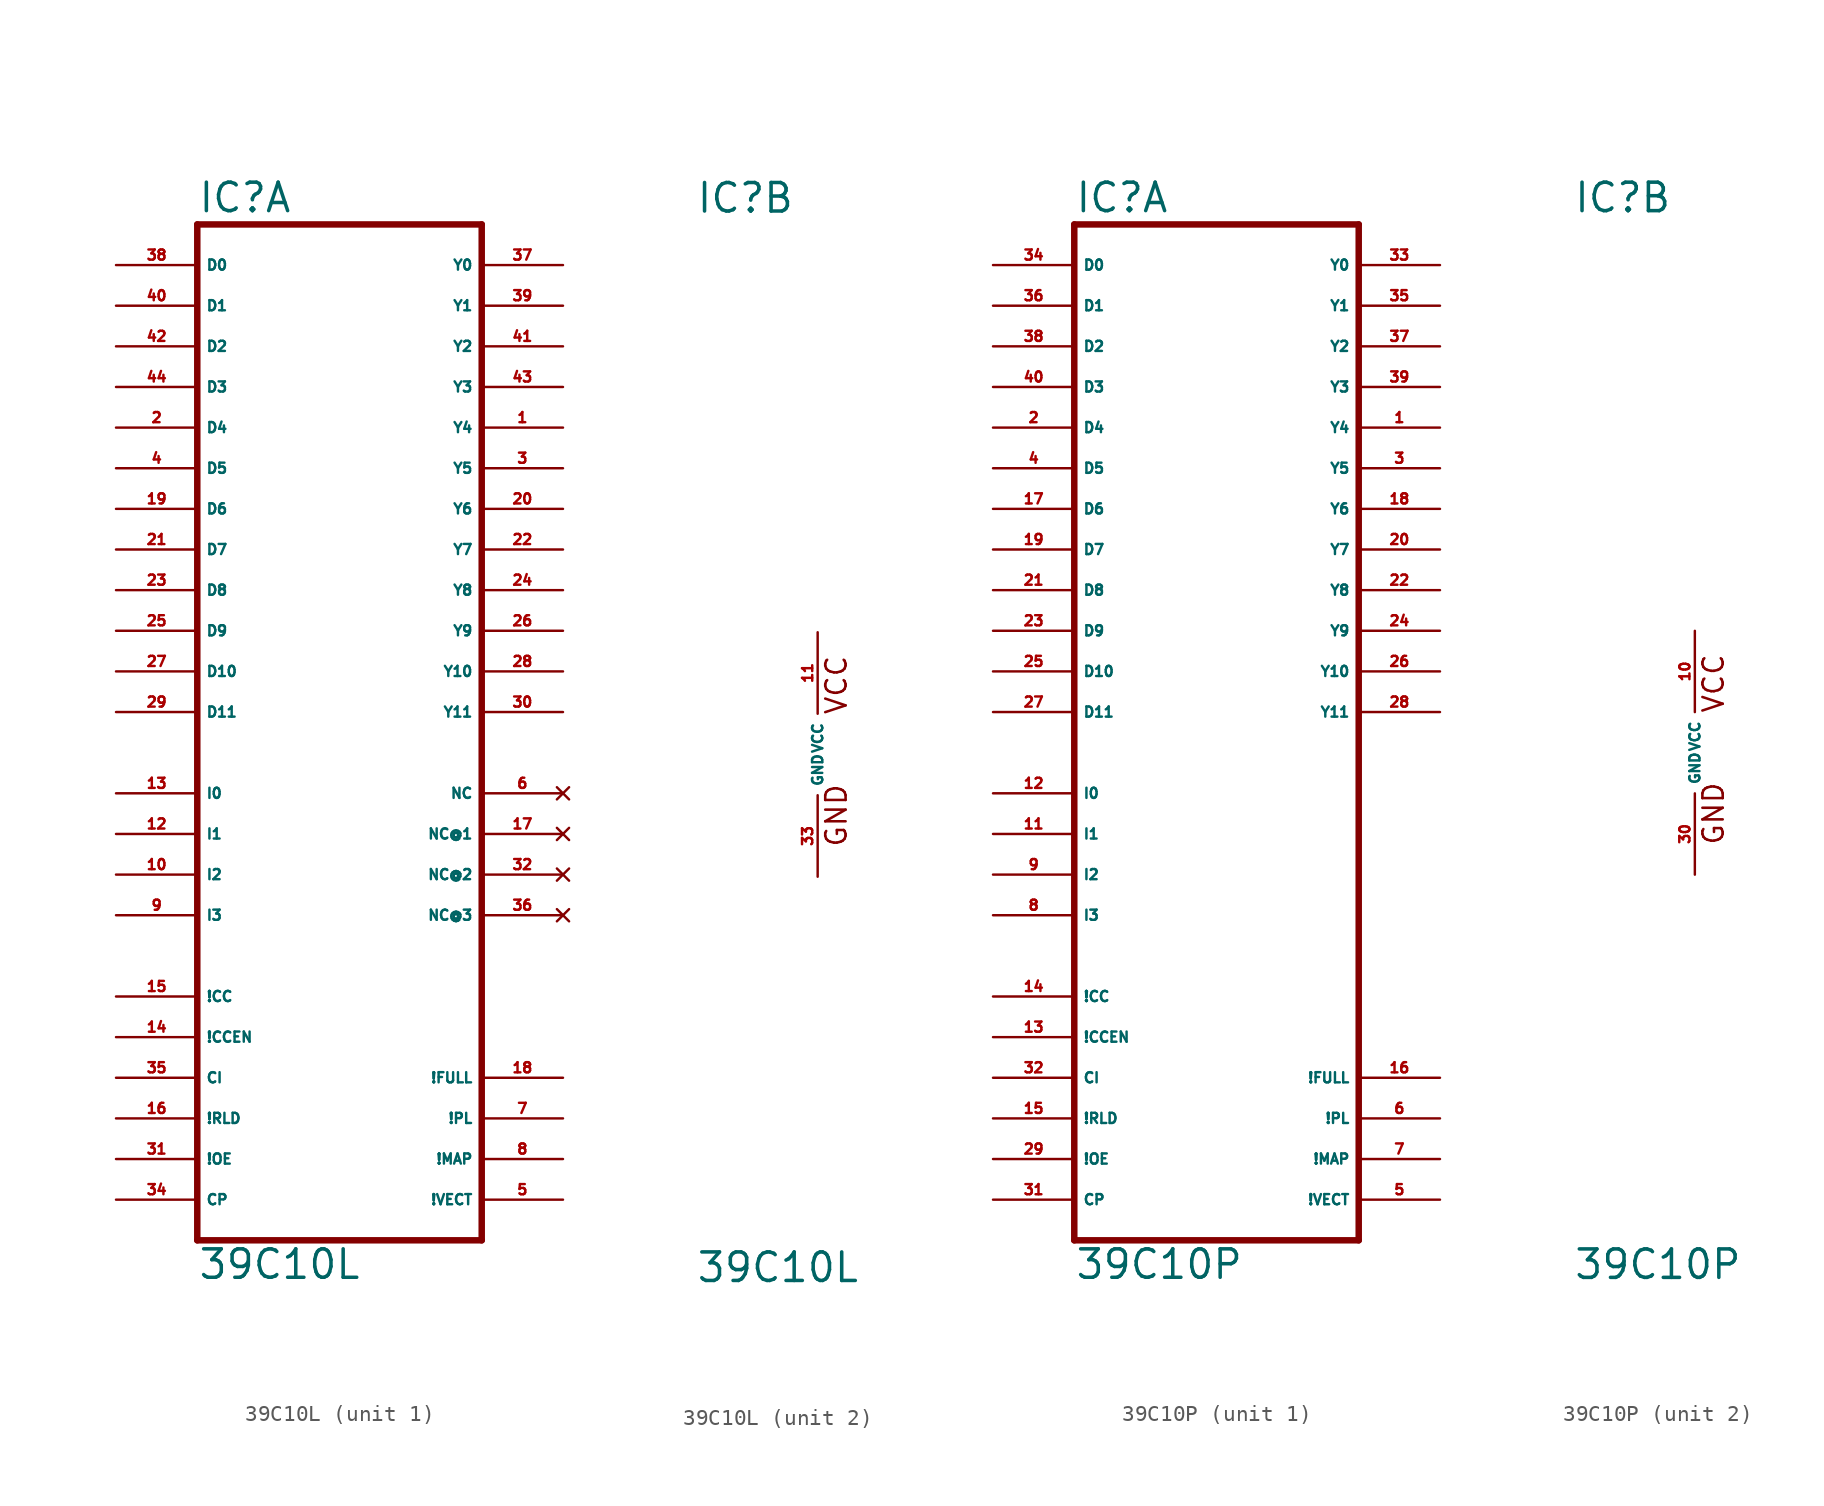
<source format=kicad_sym>
(kicad_symbol_lib
  (version 20220914)
  (generator Eagle2Kicad)
  (symbol "39C10L"
    (property "Reference" "IC"
      (at -7.62 33.655 0)
      (effects (font (size 1.778 1.778) (thickness 0.22)) (justify left bottom)))
    (property "Value" "39C10L"
      (at -7.62 -33.02 0)
      (effects (font (size 1.778 1.778) (thickness 0.22)) (justify left bottom)))
    (symbol "39C10L_1_0"
      (polyline (pts (xy -7.62 -30.48) (xy 10.16 -30.48)) (stroke (width 0.406) (type default)) (fill (type none)))
      (polyline (pts (xy 10.16 -30.48) (xy 10.16 33.02)) (stroke (width 0.406) (type default)) (fill (type none)))
      (polyline (pts (xy 10.16 33.02) (xy -7.62 33.02)) (stroke (width 0.406) (type default)) (fill (type none)))
      (polyline (pts (xy -7.62 33.02) (xy -7.62 -30.48)) (stroke (width 0.406) (type default)) (fill (type none)))
      (pin input line (at -12.7 30.48 0) (length 5.08) (name "D0" (effects (font (size 0.635 0.635) (thickness 0.08)) (justify left bottom))) (number "38" (effects (font (size 0.635 0.635) (thickness 0.08)) (justify left bottom))))
      (pin input line (at -12.7 27.94 0) (length 5.08) (name "D1" (effects (font (size 0.635 0.635) (thickness 0.08)) (justify left bottom))) (number "40" (effects (font (size 0.635 0.635) (thickness 0.08)) (justify left bottom))))
      (pin input line (at -12.7 25.4 0) (length 5.08) (name "D2" (effects (font (size 0.635 0.635) (thickness 0.08)) (justify left bottom))) (number "42" (effects (font (size 0.635 0.635) (thickness 0.08)) (justify left bottom))))
      (pin input line (at -12.7 22.86 0) (length 5.08) (name "D3" (effects (font (size 0.635 0.635) (thickness 0.08)) (justify left bottom))) (number "44" (effects (font (size 0.635 0.635) (thickness 0.08)) (justify left bottom))))
      (pin input line (at -12.7 20.32 0) (length 5.08) (name "D4" (effects (font (size 0.635 0.635) (thickness 0.08)) (justify left bottom))) (number "2" (effects (font (size 0.635 0.635) (thickness 0.08)) (justify left bottom))))
      (pin input line (at -12.7 17.78 0) (length 5.08) (name "D5" (effects (font (size 0.635 0.635) (thickness 0.08)) (justify left bottom))) (number "4" (effects (font (size 0.635 0.635) (thickness 0.08)) (justify left bottom))))
      (pin input line (at -12.7 15.24 0) (length 5.08) (name "D6" (effects (font (size 0.635 0.635) (thickness 0.08)) (justify left bottom))) (number "19" (effects (font (size 0.635 0.635) (thickness 0.08)) (justify left bottom))))
      (pin input line (at -12.7 12.7 0) (length 5.08) (name "D7" (effects (font (size 0.635 0.635) (thickness 0.08)) (justify left bottom))) (number "21" (effects (font (size 0.635 0.635) (thickness 0.08)) (justify left bottom))))
      (pin input line (at -12.7 10.16 0) (length 5.08) (name "D8" (effects (font (size 0.635 0.635) (thickness 0.08)) (justify left bottom))) (number "23" (effects (font (size 0.635 0.635) (thickness 0.08)) (justify left bottom))))
      (pin input line (at -12.7 7.62 0) (length 5.08) (name "D9" (effects (font (size 0.635 0.635) (thickness 0.08)) (justify left bottom))) (number "25" (effects (font (size 0.635 0.635) (thickness 0.08)) (justify left bottom))))
      (pin input line (at -12.7 5.08 0) (length 5.08) (name "D10" (effects (font (size 0.635 0.635) (thickness 0.08)) (justify left bottom))) (number "27" (effects (font (size 0.635 0.635) (thickness 0.08)) (justify left bottom))))
      (pin input line (at -12.7 2.54 0) (length 5.08) (name "D11" (effects (font (size 0.635 0.635) (thickness 0.08)) (justify left bottom))) (number "29" (effects (font (size 0.635 0.635) (thickness 0.08)) (justify left bottom))))
      (pin input line (at -12.7 -2.54 0) (length 5.08) (name "I0" (effects (font (size 0.635 0.635) (thickness 0.08)) (justify left bottom))) (number "13" (effects (font (size 0.635 0.635) (thickness 0.08)) (justify left bottom))))
      (pin input line (at -12.7 -5.08 0) (length 5.08) (name "I1" (effects (font (size 0.635 0.635) (thickness 0.08)) (justify left bottom))) (number "12" (effects (font (size 0.635 0.635) (thickness 0.08)) (justify left bottom))))
      (pin input line (at -12.7 -7.62 0) (length 5.08) (name "I2" (effects (font (size 0.635 0.635) (thickness 0.08)) (justify left bottom))) (number "10" (effects (font (size 0.635 0.635) (thickness 0.08)) (justify left bottom))))
      (pin input line (at -12.7 -10.16 0) (length 5.08) (name "I3" (effects (font (size 0.635 0.635) (thickness 0.08)) (justify left bottom))) (number "9" (effects (font (size 0.635 0.635) (thickness 0.08)) (justify left bottom))))
      (pin input line (at -12.7 -15.24 0) (length 5.08) (name "!CC" (effects (font (size 0.635 0.635) (thickness 0.08)) (justify left bottom))) (number "15" (effects (font (size 0.635 0.635) (thickness 0.08)) (justify left bottom))))
      (pin input line (at -12.7 -17.78 0) (length 5.08) (name "!CCEN" (effects (font (size 0.635 0.635) (thickness 0.08)) (justify left bottom))) (number "14" (effects (font (size 0.635 0.635) (thickness 0.08)) (justify left bottom))))
      (pin input line (at -12.7 -20.32 0) (length 5.08) (name "CI" (effects (font (size 0.635 0.635) (thickness 0.08)) (justify left bottom))) (number "35" (effects (font (size 0.635 0.635) (thickness 0.08)) (justify left bottom))))
      (pin input line (at -12.7 -22.86 0) (length 5.08) (name "!RLD" (effects (font (size 0.635 0.635) (thickness 0.08)) (justify left bottom))) (number "16" (effects (font (size 0.635 0.635) (thickness 0.08)) (justify left bottom))))
      (pin input line (at -12.7 -25.4 0) (length 5.08) (name "!OE" (effects (font (size 0.635 0.635) (thickness 0.08)) (justify left bottom))) (number "31" (effects (font (size 0.635 0.635) (thickness 0.08)) (justify left bottom))))
      (pin input line (at -12.7 -27.94 0) (length 5.08) (name "CP" (effects (font (size 0.635 0.635) (thickness 0.08)) (justify left bottom))) (number "34" (effects (font (size 0.635 0.635) (thickness 0.08)) (justify left bottom))))
      (pin output line (at 15.24 30.48 180) (length 5.08) (name "Y0" (effects (font (size 0.635 0.635) (thickness 0.08)) (justify left bottom))) (number "37" (effects (font (size 0.635 0.635) (thickness 0.08)) (justify left bottom))))
      (pin output line (at 15.24 27.94 180) (length 5.08) (name "Y1" (effects (font (size 0.635 0.635) (thickness 0.08)) (justify left bottom))) (number "39" (effects (font (size 0.635 0.635) (thickness 0.08)) (justify left bottom))))
      (pin output line (at 15.24 25.4 180) (length 5.08) (name "Y2" (effects (font (size 0.635 0.635) (thickness 0.08)) (justify left bottom))) (number "41" (effects (font (size 0.635 0.635) (thickness 0.08)) (justify left bottom))))
      (pin output line (at 15.24 22.86 180) (length 5.08) (name "Y3" (effects (font (size 0.635 0.635) (thickness 0.08)) (justify left bottom))) (number "43" (effects (font (size 0.635 0.635) (thickness 0.08)) (justify left bottom))))
      (pin output line (at 15.24 20.32 180) (length 5.08) (name "Y4" (effects (font (size 0.635 0.635) (thickness 0.08)) (justify left bottom))) (number "1" (effects (font (size 0.635 0.635) (thickness 0.08)) (justify left bottom))))
      (pin output line (at 15.24 17.78 180) (length 5.08) (name "Y5" (effects (font (size 0.635 0.635) (thickness 0.08)) (justify left bottom))) (number "3" (effects (font (size 0.635 0.635) (thickness 0.08)) (justify left bottom))))
      (pin output line (at 15.24 15.24 180) (length 5.08) (name "Y6" (effects (font (size 0.635 0.635) (thickness 0.08)) (justify left bottom))) (number "20" (effects (font (size 0.635 0.635) (thickness 0.08)) (justify left bottom))))
      (pin output line (at 15.24 12.7 180) (length 5.08) (name "Y7" (effects (font (size 0.635 0.635) (thickness 0.08)) (justify left bottom))) (number "22" (effects (font (size 0.635 0.635) (thickness 0.08)) (justify left bottom))))
      (pin output line (at 15.24 10.16 180) (length 5.08) (name "Y8" (effects (font (size 0.635 0.635) (thickness 0.08)) (justify left bottom))) (number "24" (effects (font (size 0.635 0.635) (thickness 0.08)) (justify left bottom))))
      (pin output line (at 15.24 7.62 180) (length 5.08) (name "Y9" (effects (font (size 0.635 0.635) (thickness 0.08)) (justify left bottom))) (number "26" (effects (font (size 0.635 0.635) (thickness 0.08)) (justify left bottom))))
      (pin output line (at 15.24 5.08 180) (length 5.08) (name "Y10" (effects (font (size 0.635 0.635) (thickness 0.08)) (justify left bottom))) (number "28" (effects (font (size 0.635 0.635) (thickness 0.08)) (justify left bottom))))
      (pin output line (at 15.24 2.54 180) (length 5.08) (name "Y11" (effects (font (size 0.635 0.635) (thickness 0.08)) (justify left bottom))) (number "30" (effects (font (size 0.635 0.635) (thickness 0.08)) (justify left bottom))))
      (pin output line (at 15.24 -27.94 180) (length 5.08) (name "!VECT" (effects (font (size 0.635 0.635) (thickness 0.08)) (justify left bottom))) (number "5" (effects (font (size 0.635 0.635) (thickness 0.08)) (justify left bottom))))
      (pin output line (at 15.24 -25.4 180) (length 5.08) (name "!MAP" (effects (font (size 0.635 0.635) (thickness 0.08)) (justify left bottom))) (number "8" (effects (font (size 0.635 0.635) (thickness 0.08)) (justify left bottom))))
      (pin output line (at 15.24 -22.86 180) (length 5.08) (name "!PL" (effects (font (size 0.635 0.635) (thickness 0.08)) (justify left bottom))) (number "7" (effects (font (size 0.635 0.635) (thickness 0.08)) (justify left bottom))))
      (pin output line (at 15.24 -20.32 180) (length 5.08) (name "!FULL" (effects (font (size 0.635 0.635) (thickness 0.08)) (justify left bottom))) (number "18" (effects (font (size 0.635 0.635) (thickness 0.08)) (justify left bottom))))
      (pin no_connect line (at 15.24 -2.54 180) (length 5.08) (name "NC" (effects (font (size 0.635 0.635) (thickness 0.08)) (justify left bottom) hide)) (number "6" (effects (font (size 0.635 0.635) (thickness 0.08)) (justify left bottom) hide)))
      (pin no_connect line (at 15.24 -5.08 180) (length 5.08) (name "NC@1" (effects (font (size 0.635 0.635) (thickness 0.08)) (justify left bottom) hide)) (number "17" (effects (font (size 0.635 0.635) (thickness 0.08)) (justify left bottom) hide)))
      (pin no_connect line (at 15.24 -7.62 180) (length 5.08) (name "NC@2" (effects (font (size 0.635 0.635) (thickness 0.08)) (justify left bottom) hide)) (number "32" (effects (font (size 0.635 0.635) (thickness 0.08)) (justify left bottom) hide)))
      (pin no_connect line (at 15.24 -10.16 180) (length 5.08) (name "NC@3" (effects (font (size 0.635 0.635) (thickness 0.08)) (justify left bottom) hide)) (number "36" (effects (font (size 0.635 0.635) (thickness 0.08)) (justify left bottom) hide))))
    (symbol "39C10L_2_0"
      (text "GND" (at 1.905 -5.842 900) (effects (font (size 1.27 1.27) (thickness 0.16)) (justify left bottom)))
      (text "VCC" (at 1.905 2.413 900) (effects (font (size 1.27 1.27) (thickness 0.16)) (justify left bottom)))
      (pin unspecified line (at 0 7.62 270) (length 5.08) (name "VCC" (effects (font (size 0.635 0.635) (thickness 0.08)) (justify left bottom))) (number "11" (effects (font (size 0.635 0.635) (thickness 0.08)) (justify left bottom))))
      (pin unspecified line (at 0 -7.62 90) (length 5.08) (name "GND" (effects (font (size 0.635 0.635) (thickness 0.08)) (justify left bottom))) (number "33" (effects (font (size 0.635 0.635) (thickness 0.08)) (justify left bottom))))))
  (symbol "39C10P"
    (property "Reference" "IC"
      (at -7.62 33.655 0)
      (effects (font (size 1.778 1.778) (thickness 0.22)) (justify left bottom)))
    (property "Value" "39C10P"
      (at -7.62 -33.02 0)
      (effects (font (size 1.778 1.778) (thickness 0.22)) (justify left bottom)))
    (symbol "39C10P_1_0"
      (polyline (pts (xy -7.62 -30.48) (xy 10.16 -30.48)) (stroke (width 0.406) (type default)) (fill (type none)))
      (polyline (pts (xy 10.16 -30.48) (xy 10.16 33.02)) (stroke (width 0.406) (type default)) (fill (type none)))
      (polyline (pts (xy 10.16 33.02) (xy -7.62 33.02)) (stroke (width 0.406) (type default)) (fill (type none)))
      (polyline (pts (xy -7.62 33.02) (xy -7.62 -30.48)) (stroke (width 0.406) (type default)) (fill (type none)))
      (pin input line (at -12.7 30.48 0) (length 5.08) (name "D0" (effects (font (size 0.635 0.635) (thickness 0.08)) (justify left bottom))) (number "34" (effects (font (size 0.635 0.635) (thickness 0.08)) (justify left bottom))))
      (pin input line (at -12.7 27.94 0) (length 5.08) (name "D1" (effects (font (size 0.635 0.635) (thickness 0.08)) (justify left bottom))) (number "36" (effects (font (size 0.635 0.635) (thickness 0.08)) (justify left bottom))))
      (pin input line (at -12.7 25.4 0) (length 5.08) (name "D2" (effects (font (size 0.635 0.635) (thickness 0.08)) (justify left bottom))) (number "38" (effects (font (size 0.635 0.635) (thickness 0.08)) (justify left bottom))))
      (pin input line (at -12.7 22.86 0) (length 5.08) (name "D3" (effects (font (size 0.635 0.635) (thickness 0.08)) (justify left bottom))) (number "40" (effects (font (size 0.635 0.635) (thickness 0.08)) (justify left bottom))))
      (pin input line (at -12.7 20.32 0) (length 5.08) (name "D4" (effects (font (size 0.635 0.635) (thickness 0.08)) (justify left bottom))) (number "2" (effects (font (size 0.635 0.635) (thickness 0.08)) (justify left bottom))))
      (pin input line (at -12.7 17.78 0) (length 5.08) (name "D5" (effects (font (size 0.635 0.635) (thickness 0.08)) (justify left bottom))) (number "4" (effects (font (size 0.635 0.635) (thickness 0.08)) (justify left bottom))))
      (pin input line (at -12.7 15.24 0) (length 5.08) (name "D6" (effects (font (size 0.635 0.635) (thickness 0.08)) (justify left bottom))) (number "17" (effects (font (size 0.635 0.635) (thickness 0.08)) (justify left bottom))))
      (pin input line (at -12.7 12.7 0) (length 5.08) (name "D7" (effects (font (size 0.635 0.635) (thickness 0.08)) (justify left bottom))) (number "19" (effects (font (size 0.635 0.635) (thickness 0.08)) (justify left bottom))))
      (pin input line (at -12.7 10.16 0) (length 5.08) (name "D8" (effects (font (size 0.635 0.635) (thickness 0.08)) (justify left bottom))) (number "21" (effects (font (size 0.635 0.635) (thickness 0.08)) (justify left bottom))))
      (pin input line (at -12.7 7.62 0) (length 5.08) (name "D9" (effects (font (size 0.635 0.635) (thickness 0.08)) (justify left bottom))) (number "23" (effects (font (size 0.635 0.635) (thickness 0.08)) (justify left bottom))))
      (pin input line (at -12.7 5.08 0) (length 5.08) (name "D10" (effects (font (size 0.635 0.635) (thickness 0.08)) (justify left bottom))) (number "25" (effects (font (size 0.635 0.635) (thickness 0.08)) (justify left bottom))))
      (pin input line (at -12.7 2.54 0) (length 5.08) (name "D11" (effects (font (size 0.635 0.635) (thickness 0.08)) (justify left bottom))) (number "27" (effects (font (size 0.635 0.635) (thickness 0.08)) (justify left bottom))))
      (pin input line (at -12.7 -2.54 0) (length 5.08) (name "I0" (effects (font (size 0.635 0.635) (thickness 0.08)) (justify left bottom))) (number "12" (effects (font (size 0.635 0.635) (thickness 0.08)) (justify left bottom))))
      (pin input line (at -12.7 -5.08 0) (length 5.08) (name "I1" (effects (font (size 0.635 0.635) (thickness 0.08)) (justify left bottom))) (number "11" (effects (font (size 0.635 0.635) (thickness 0.08)) (justify left bottom))))
      (pin input line (at -12.7 -7.62 0) (length 5.08) (name "I2" (effects (font (size 0.635 0.635) (thickness 0.08)) (justify left bottom))) (number "9" (effects (font (size 0.635 0.635) (thickness 0.08)) (justify left bottom))))
      (pin input line (at -12.7 -10.16 0) (length 5.08) (name "I3" (effects (font (size 0.635 0.635) (thickness 0.08)) (justify left bottom))) (number "8" (effects (font (size 0.635 0.635) (thickness 0.08)) (justify left bottom))))
      (pin input line (at -12.7 -15.24 0) (length 5.08) (name "!CC" (effects (font (size 0.635 0.635) (thickness 0.08)) (justify left bottom))) (number "14" (effects (font (size 0.635 0.635) (thickness 0.08)) (justify left bottom))))
      (pin input line (at -12.7 -17.78 0) (length 5.08) (name "!CCEN" (effects (font (size 0.635 0.635) (thickness 0.08)) (justify left bottom))) (number "13" (effects (font (size 0.635 0.635) (thickness 0.08)) (justify left bottom))))
      (pin input line (at -12.7 -20.32 0) (length 5.08) (name "CI" (effects (font (size 0.635 0.635) (thickness 0.08)) (justify left bottom))) (number "32" (effects (font (size 0.635 0.635) (thickness 0.08)) (justify left bottom))))
      (pin input line (at -12.7 -22.86 0) (length 5.08) (name "!RLD" (effects (font (size 0.635 0.635) (thickness 0.08)) (justify left bottom))) (number "15" (effects (font (size 0.635 0.635) (thickness 0.08)) (justify left bottom))))
      (pin input line (at -12.7 -25.4 0) (length 5.08) (name "!OE" (effects (font (size 0.635 0.635) (thickness 0.08)) (justify left bottom))) (number "29" (effects (font (size 0.635 0.635) (thickness 0.08)) (justify left bottom))))
      (pin input line (at -12.7 -27.94 0) (length 5.08) (name "CP" (effects (font (size 0.635 0.635) (thickness 0.08)) (justify left bottom))) (number "31" (effects (font (size 0.635 0.635) (thickness 0.08)) (justify left bottom))))
      (pin output line (at 15.24 30.48 180) (length 5.08) (name "Y0" (effects (font (size 0.635 0.635) (thickness 0.08)) (justify left bottom))) (number "33" (effects (font (size 0.635 0.635) (thickness 0.08)) (justify left bottom))))
      (pin output line (at 15.24 27.94 180) (length 5.08) (name "Y1" (effects (font (size 0.635 0.635) (thickness 0.08)) (justify left bottom))) (number "35" (effects (font (size 0.635 0.635) (thickness 0.08)) (justify left bottom))))
      (pin output line (at 15.24 25.4 180) (length 5.08) (name "Y2" (effects (font (size 0.635 0.635) (thickness 0.08)) (justify left bottom))) (number "37" (effects (font (size 0.635 0.635) (thickness 0.08)) (justify left bottom))))
      (pin output line (at 15.24 22.86 180) (length 5.08) (name "Y3" (effects (font (size 0.635 0.635) (thickness 0.08)) (justify left bottom))) (number "39" (effects (font (size 0.635 0.635) (thickness 0.08)) (justify left bottom))))
      (pin output line (at 15.24 20.32 180) (length 5.08) (name "Y4" (effects (font (size 0.635 0.635) (thickness 0.08)) (justify left bottom))) (number "1" (effects (font (size 0.635 0.635) (thickness 0.08)) (justify left bottom))))
      (pin output line (at 15.24 17.78 180) (length 5.08) (name "Y5" (effects (font (size 0.635 0.635) (thickness 0.08)) (justify left bottom))) (number "3" (effects (font (size 0.635 0.635) (thickness 0.08)) (justify left bottom))))
      (pin output line (at 15.24 15.24 180) (length 5.08) (name "Y6" (effects (font (size 0.635 0.635) (thickness 0.08)) (justify left bottom))) (number "18" (effects (font (size 0.635 0.635) (thickness 0.08)) (justify left bottom))))
      (pin output line (at 15.24 12.7 180) (length 5.08) (name "Y7" (effects (font (size 0.635 0.635) (thickness 0.08)) (justify left bottom))) (number "20" (effects (font (size 0.635 0.635) (thickness 0.08)) (justify left bottom))))
      (pin output line (at 15.24 10.16 180) (length 5.08) (name "Y8" (effects (font (size 0.635 0.635) (thickness 0.08)) (justify left bottom))) (number "22" (effects (font (size 0.635 0.635) (thickness 0.08)) (justify left bottom))))
      (pin output line (at 15.24 7.62 180) (length 5.08) (name "Y9" (effects (font (size 0.635 0.635) (thickness 0.08)) (justify left bottom))) (number "24" (effects (font (size 0.635 0.635) (thickness 0.08)) (justify left bottom))))
      (pin output line (at 15.24 5.08 180) (length 5.08) (name "Y10" (effects (font (size 0.635 0.635) (thickness 0.08)) (justify left bottom))) (number "26" (effects (font (size 0.635 0.635) (thickness 0.08)) (justify left bottom))))
      (pin output line (at 15.24 2.54 180) (length 5.08) (name "Y11" (effects (font (size 0.635 0.635) (thickness 0.08)) (justify left bottom))) (number "28" (effects (font (size 0.635 0.635) (thickness 0.08)) (justify left bottom))))
      (pin output line (at 15.24 -27.94 180) (length 5.08) (name "!VECT" (effects (font (size 0.635 0.635) (thickness 0.08)) (justify left bottom))) (number "5" (effects (font (size 0.635 0.635) (thickness 0.08)) (justify left bottom))))
      (pin output line (at 15.24 -25.4 180) (length 5.08) (name "!MAP" (effects (font (size 0.635 0.635) (thickness 0.08)) (justify left bottom))) (number "7" (effects (font (size 0.635 0.635) (thickness 0.08)) (justify left bottom))))
      (pin output line (at 15.24 -22.86 180) (length 5.08) (name "!PL" (effects (font (size 0.635 0.635) (thickness 0.08)) (justify left bottom))) (number "6" (effects (font (size 0.635 0.635) (thickness 0.08)) (justify left bottom))))
      (pin output line (at 15.24 -20.32 180) (length 5.08) (name "!FULL" (effects (font (size 0.635 0.635) (thickness 0.08)) (justify left bottom))) (number "16" (effects (font (size 0.635 0.635) (thickness 0.08)) (justify left bottom)))))
    (symbol "39C10P_2_0"
      (text "GND" (at 1.905 -5.842 900) (effects (font (size 1.27 1.27) (thickness 0.16)) (justify left bottom)))
      (text "VCC" (at 1.905 2.413 900) (effects (font (size 1.27 1.27) (thickness 0.16)) (justify left bottom)))
      (pin unspecified line (at 0 7.62 270) (length 5.08) (name "VCC" (effects (font (size 0.635 0.635) (thickness 0.08)) (justify left bottom))) (number "10" (effects (font (size 0.635 0.635) (thickness 0.08)) (justify left bottom))))
      (pin unspecified line (at 0 -7.62 90) (length 5.08) (name "GND" (effects (font (size 0.635 0.635) (thickness 0.08)) (justify left bottom))) (number "30" (effects (font (size 0.635 0.635) (thickness 0.08)) (justify left bottom)))))))
</source>
